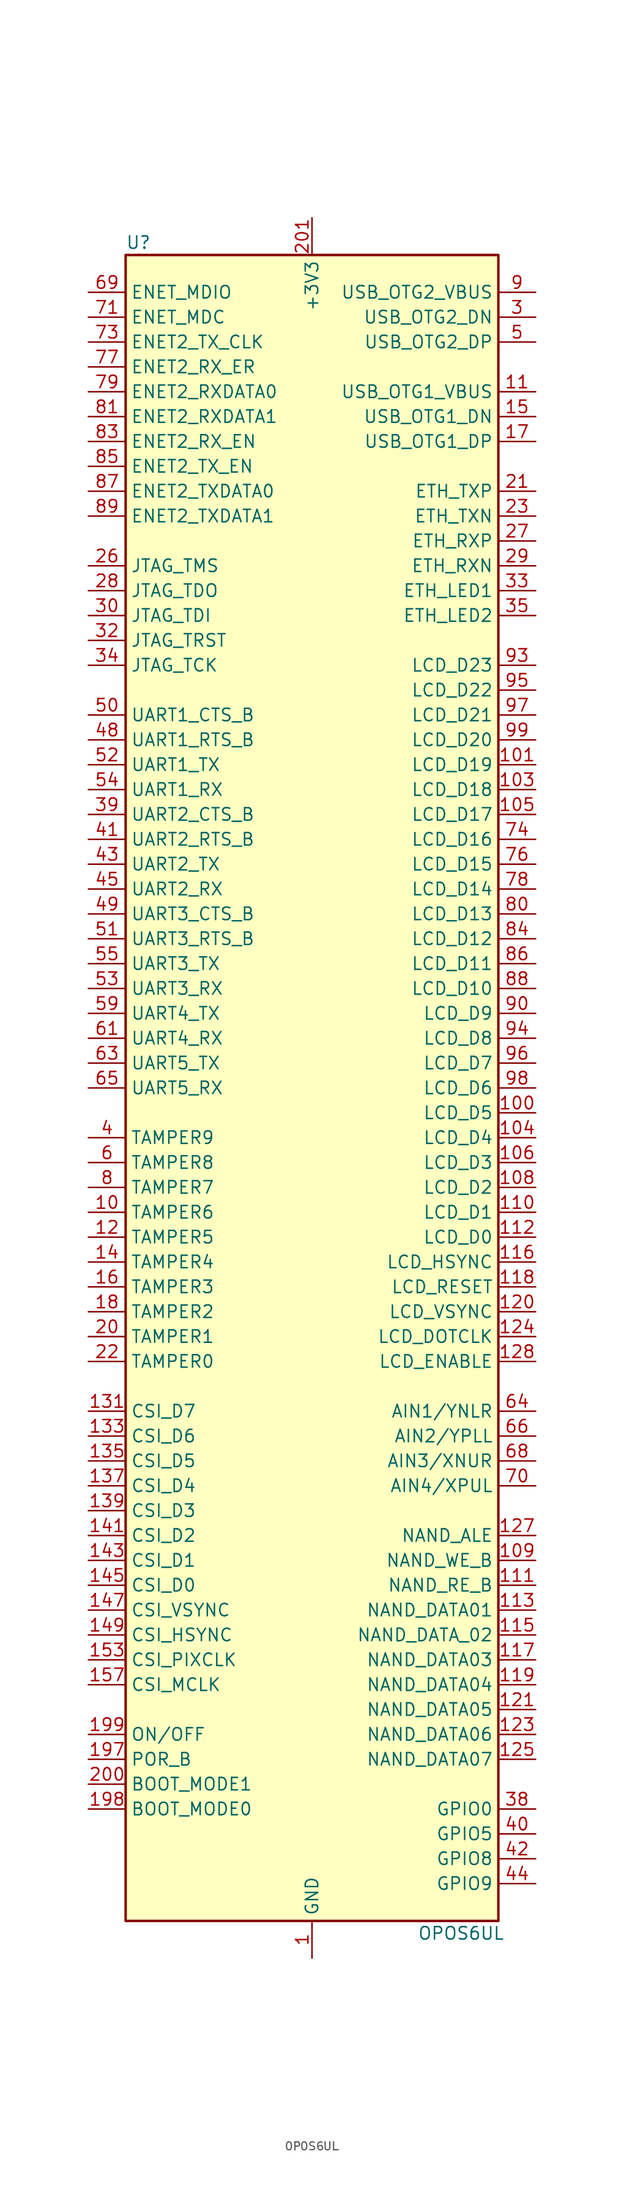
<source format=kicad_sym>
(kicad_symbol_lib
  (version 20220914)
  (generator kicad_symbol_editor)
  (symbol "OPOS6UL"
    (property "Reference" "U"
      (at -19.05 86.36 0)
      (effects (font (size 1.27 1.27)) (justify left)))
    (property "Value" "OPOS6UL"
      (at 15.24 -86.36 0)
      (effects (font (size 1.27 1.27))))
    (symbol "OPOS6UL_1_1"
      (rectangle (start -19.05 85.09) (end 19.05 -85.09) (stroke (width 0.254) (type default)) (fill (type background)))
      (pin power_in line (at 0 -88.9 90) (length 3.81) (name "GND" (effects (font (size 1.27 1.27)))) (number "1" (effects (font (size 1.27 1.27)))))
      (pin bidirectional line (at -22.86 -12.7 0) (length 3.81) (name "TAMPER6" (effects (font (size 1.27 1.27)))) (number "10" (effects (font (size 1.27 1.27)))))
      (pin bidirectional line (at 22.86 -2.54 180) (length 3.81) (name "LCD_D5" (effects (font (size 1.27 1.27)))) (number "100" (effects (font (size 1.27 1.27)))))
      (pin bidirectional line (at 22.86 33.02 180) (length 3.81) (name "LCD_D19" (effects (font (size 1.27 1.27)))) (number "101" (effects (font (size 1.27 1.27)))))
      (pin passive line (at 0 -88.9 90) (length 3.81) hide (name "GND" (effects (font (size 1.27 1.27)))) (number "102" (effects (font (size 1.27 1.27)))))
      (pin bidirectional line (at 22.86 30.48 180) (length 3.81) (name "LCD_D18" (effects (font (size 1.27 1.27)))) (number "103" (effects (font (size 1.27 1.27)))))
      (pin bidirectional line (at 22.86 -5.08 180) (length 3.81) (name "LCD_D4" (effects (font (size 1.27 1.27)))) (number "104" (effects (font (size 1.27 1.27)))))
      (pin bidirectional line (at 22.86 27.94 180) (length 3.81) (name "LCD_D17" (effects (font (size 1.27 1.27)))) (number "105" (effects (font (size 1.27 1.27)))))
      (pin bidirectional line (at 22.86 -7.62 180) (length 3.81) (name "LCD_D3" (effects (font (size 1.27 1.27)))) (number "106" (effects (font (size 1.27 1.27)))))
      (pin passive line (at 0 -88.9 90) (length 3.81) hide (name "GND" (effects (font (size 1.27 1.27)))) (number "107" (effects (font (size 1.27 1.27)))))
      (pin bidirectional line (at 22.86 -10.16 180) (length 3.81) (name "LCD_D2" (effects (font (size 1.27 1.27)))) (number "108" (effects (font (size 1.27 1.27)))))
      (pin bidirectional line (at 22.86 -48.26 180) (length 3.81) (name "NAND_WE_B" (effects (font (size 1.27 1.27)))) (number "109" (effects (font (size 1.27 1.27)))))
      (pin power_in line (at 22.86 71.12 180) (length 3.81) (name "USB_OTG1_VBUS" (effects (font (size 1.27 1.27)))) (number "11" (effects (font (size 1.27 1.27)))))
      (pin bidirectional line (at 22.86 -12.7 180) (length 3.81) (name "LCD_D1" (effects (font (size 1.27 1.27)))) (number "110" (effects (font (size 1.27 1.27)))))
      (pin bidirectional line (at 22.86 -50.8 180) (length 3.81) (name "NAND_RE_B" (effects (font (size 1.27 1.27)))) (number "111" (effects (font (size 1.27 1.27)))))
      (pin bidirectional line (at 22.86 -15.24 180) (length 3.81) (name "LCD_D0" (effects (font (size 1.27 1.27)))) (number "112" (effects (font (size 1.27 1.27)))))
      (pin bidirectional line (at 22.86 -53.34 180) (length 3.81) (name "NAND_DATA01" (effects (font (size 1.27 1.27)))) (number "113" (effects (font (size 1.27 1.27)))))
      (pin passive line (at 0 -88.9 90) (length 3.81) hide (name "GND" (effects (font (size 1.27 1.27)))) (number "114" (effects (font (size 1.27 1.27)))))
      (pin bidirectional line (at 22.86 -55.88 180) (length 3.81) (name "NAND_DATA_02" (effects (font (size 1.27 1.27)))) (number "115" (effects (font (size 1.27 1.27)))))
      (pin bidirectional line (at 22.86 -17.78 180) (length 3.81) (name "LCD_HSYNC" (effects (font (size 1.27 1.27)))) (number "116" (effects (font (size 1.27 1.27)))))
      (pin bidirectional line (at 22.86 -58.42 180) (length 3.81) (name "NAND_DATA03" (effects (font (size 1.27 1.27)))) (number "117" (effects (font (size 1.27 1.27)))))
      (pin bidirectional line (at 22.86 -20.32 180) (length 3.81) (name "LCD_RESET" (effects (font (size 1.27 1.27)))) (number "118" (effects (font (size 1.27 1.27)))))
      (pin bidirectional line (at 22.86 -60.96 180) (length 3.81) (name "NAND_DATA04" (effects (font (size 1.27 1.27)))) (number "119" (effects (font (size 1.27 1.27)))))
      (pin bidirectional line (at -22.86 -15.24 0) (length 3.81) (name "TAMPER5" (effects (font (size 1.27 1.27)))) (number "12" (effects (font (size 1.27 1.27)))))
      (pin bidirectional line (at 22.86 -22.86 180) (length 3.81) (name "LCD_VSYNC" (effects (font (size 1.27 1.27)))) (number "120" (effects (font (size 1.27 1.27)))))
      (pin bidirectional line (at 22.86 -63.5 180) (length 3.81) (name "NAND_DATA05" (effects (font (size 1.27 1.27)))) (number "121" (effects (font (size 1.27 1.27)))))
      (pin passive line (at 0 -88.9 90) (length 3.81) hide (name "GND" (effects (font (size 1.27 1.27)))) (number "122" (effects (font (size 1.27 1.27)))))
      (pin bidirectional line (at 22.86 -66.04 180) (length 3.81) (name "NAND_DATA06" (effects (font (size 1.27 1.27)))) (number "123" (effects (font (size 1.27 1.27)))))
      (pin bidirectional line (at 22.86 -25.4 180) (length 3.81) (name "LCD_DOTCLK" (effects (font (size 1.27 1.27)))) (number "124" (effects (font (size 1.27 1.27)))))
      (pin bidirectional line (at 22.86 -68.58 180) (length 3.81) (name "NAND_DATA07" (effects (font (size 1.27 1.27)))) (number "125" (effects (font (size 1.27 1.27)))))
      (pin passive line (at 0 -88.9 90) (length 3.81) hide (name "GND" (effects (font (size 1.27 1.27)))) (number "126" (effects (font (size 1.27 1.27)))))
      (pin bidirectional line (at 22.86 -45.72 180) (length 3.81) (name "NAND_ALE" (effects (font (size 1.27 1.27)))) (number "127" (effects (font (size 1.27 1.27)))))
      (pin bidirectional line (at 22.86 -27.94 180) (length 3.81) (name "LCD_ENABLE" (effects (font (size 1.27 1.27)))) (number "128" (effects (font (size 1.27 1.27)))))
      (pin passive line (at 0 -88.9 90) (length 3.81) hide (name "GND" (effects (font (size 1.27 1.27)))) (number "129" (effects (font (size 1.27 1.27)))))
      (pin passive line (at 0 -88.9 90) (length 3.81) hide (name "GND" (effects (font (size 1.27 1.27)))) (number "13" (effects (font (size 1.27 1.27)))))
      (pin no_connect line (at 0 17.78 0) (length 3.81) hide (name "NC" (effects (font (size 1.27 1.27)))) (number "130" (effects (font (size 1.27 1.27)))))
      (pin bidirectional line (at -22.86 -33.02 0) (length 3.81) (name "CSI_D7" (effects (font (size 1.27 1.27)))) (number "131" (effects (font (size 1.27 1.27)))))
      (pin no_connect line (at 0 15.24 0) (length 3.81) hide (name "NC" (effects (font (size 1.27 1.27)))) (number "132" (effects (font (size 1.27 1.27)))))
      (pin bidirectional line (at -22.86 -35.56 0) (length 3.81) (name "CSI_D6" (effects (font (size 1.27 1.27)))) (number "133" (effects (font (size 1.27 1.27)))))
      (pin no_connect line (at 0 12.7 0) (length 3.81) hide (name "NC" (effects (font (size 1.27 1.27)))) (number "134" (effects (font (size 1.27 1.27)))))
      (pin bidirectional line (at -22.86 -38.1 0) (length 3.81) (name "CSI_D5" (effects (font (size 1.27 1.27)))) (number "135" (effects (font (size 1.27 1.27)))))
      (pin no_connect line (at 0 10.16 0) (length 3.81) hide (name "NC" (effects (font (size 1.27 1.27)))) (number "136" (effects (font (size 1.27 1.27)))))
      (pin bidirectional line (at -22.86 -40.64 0) (length 3.81) (name "CSI_D4" (effects (font (size 1.27 1.27)))) (number "137" (effects (font (size 1.27 1.27)))))
      (pin no_connect line (at 0 7.62 0) (length 3.81) hide (name "NC" (effects (font (size 1.27 1.27)))) (number "138" (effects (font (size 1.27 1.27)))))
      (pin bidirectional line (at -22.86 -43.18 0) (length 3.81) (name "CSI_D3" (effects (font (size 1.27 1.27)))) (number "139" (effects (font (size 1.27 1.27)))))
      (pin bidirectional line (at -22.86 -17.78 0) (length 3.81) (name "TAMPER4" (effects (font (size 1.27 1.27)))) (number "14" (effects (font (size 1.27 1.27)))))
      (pin no_connect line (at 0 5.08 0) (length 3.81) hide (name "NC" (effects (font (size 1.27 1.27)))) (number "140" (effects (font (size 1.27 1.27)))))
      (pin bidirectional line (at -22.86 -45.72 0) (length 3.81) (name "CSI_D2" (effects (font (size 1.27 1.27)))) (number "141" (effects (font (size 1.27 1.27)))))
      (pin no_connect line (at 0 2.54 0) (length 3.81) hide (name "NC" (effects (font (size 1.27 1.27)))) (number "142" (effects (font (size 1.27 1.27)))))
      (pin bidirectional line (at -22.86 -48.26 0) (length 3.81) (name "CSI_D1" (effects (font (size 1.27 1.27)))) (number "143" (effects (font (size 1.27 1.27)))))
      (pin no_connect line (at 0 0 0) (length 3.81) hide (name "NC" (effects (font (size 1.27 1.27)))) (number "144" (effects (font (size 1.27 1.27)))))
      (pin bidirectional line (at -22.86 -50.8 0) (length 3.81) (name "CSI_D0" (effects (font (size 1.27 1.27)))) (number "145" (effects (font (size 1.27 1.27)))))
      (pin no_connect line (at 0 -2.54 0) (length 3.81) hide (name "NC" (effects (font (size 1.27 1.27)))) (number "146" (effects (font (size 1.27 1.27)))))
      (pin bidirectional line (at -22.86 -53.34 0) (length 3.81) (name "CSI_VSYNC" (effects (font (size 1.27 1.27)))) (number "147" (effects (font (size 1.27 1.27)))))
      (pin no_connect line (at 0 -5.08 0) (length 3.81) hide (name "NC" (effects (font (size 1.27 1.27)))) (number "148" (effects (font (size 1.27 1.27)))))
      (pin bidirectional line (at -22.86 -55.88 0) (length 3.81) (name "CSI_HSYNC" (effects (font (size 1.27 1.27)))) (number "149" (effects (font (size 1.27 1.27)))))
      (pin bidirectional line (at 22.86 68.58 180) (length 3.81) (name "USB_OTG1_DN" (effects (font (size 1.27 1.27)))) (number "15" (effects (font (size 1.27 1.27)))))
      (pin no_connect line (at 0 -7.62 0) (length 3.81) hide (name "NC" (effects (font (size 1.27 1.27)))) (number "150" (effects (font (size 1.27 1.27)))))
      (pin passive line (at 0 -88.9 90) (length 3.81) hide (name "GND" (effects (font (size 1.27 1.27)))) (number "151" (effects (font (size 1.27 1.27)))))
      (pin no_connect line (at 0 -10.16 0) (length 3.81) hide (name "NC" (effects (font (size 1.27 1.27)))) (number "152" (effects (font (size 1.27 1.27)))))
      (pin bidirectional line (at -22.86 -58.42 0) (length 3.81) (name "CSI_PIXCLK" (effects (font (size 1.27 1.27)))) (number "153" (effects (font (size 1.27 1.27)))))
      (pin no_connect line (at 0 -12.7 0) (length 3.81) hide (name "NC" (effects (font (size 1.27 1.27)))) (number "154" (effects (font (size 1.27 1.27)))))
      (pin passive line (at 0 -88.9 90) (length 3.81) hide (name "GND" (effects (font (size 1.27 1.27)))) (number "155" (effects (font (size 1.27 1.27)))))
      (pin no_connect line (at 0 -15.24 0) (length 3.81) hide (name "NC" (effects (font (size 1.27 1.27)))) (number "156" (effects (font (size 1.27 1.27)))))
      (pin bidirectional line (at -22.86 -60.96 0) (length 3.81) (name "CSI_MCLK" (effects (font (size 1.27 1.27)))) (number "157" (effects (font (size 1.27 1.27)))))
      (pin no_connect line (at 0 -17.78 0) (length 3.81) hide (name "NC" (effects (font (size 1.27 1.27)))) (number "158" (effects (font (size 1.27 1.27)))))
      (pin passive line (at 0 -88.9 90) (length 3.81) hide (name "GND" (effects (font (size 1.27 1.27)))) (number "159" (effects (font (size 1.27 1.27)))))
      (pin bidirectional line (at -22.86 -20.32 0) (length 3.81) (name "TAMPER3" (effects (font (size 1.27 1.27)))) (number "16" (effects (font (size 1.27 1.27)))))
      (pin no_connect line (at 0 -20.32 0) (length 3.81) hide (name "NC" (effects (font (size 1.27 1.27)))) (number "160" (effects (font (size 1.27 1.27)))))
      (pin no_connect line (at 0 68.58 0) (length 3.81) hide (name "NC" (effects (font (size 1.27 1.27)))) (number "161" (effects (font (size 1.27 1.27)))))
      (pin no_connect line (at 0 -22.86 0) (length 3.81) hide (name "NC" (effects (font (size 1.27 1.27)))) (number "162" (effects (font (size 1.27 1.27)))))
      (pin no_connect line (at 0 66.04 0) (length 3.81) hide (name "NC" (effects (font (size 1.27 1.27)))) (number "163" (effects (font (size 1.27 1.27)))))
      (pin no_connect line (at 0 -25.4 0) (length 3.81) hide (name "NC" (effects (font (size 1.27 1.27)))) (number "164" (effects (font (size 1.27 1.27)))))
      (pin no_connect line (at 0 63.5 0) (length 3.81) hide (name "NC" (effects (font (size 1.27 1.27)))) (number "165" (effects (font (size 1.27 1.27)))))
      (pin no_connect line (at 0 -27.94 0) (length 3.81) hide (name "NC" (effects (font (size 1.27 1.27)))) (number "166" (effects (font (size 1.27 1.27)))))
      (pin no_connect line (at 0 60.96 0) (length 3.81) hide (name "NC" (effects (font (size 1.27 1.27)))) (number "167" (effects (font (size 1.27 1.27)))))
      (pin no_connect line (at 0 -30.48 0) (length 3.81) hide (name "NC" (effects (font (size 1.27 1.27)))) (number "168" (effects (font (size 1.27 1.27)))))
      (pin no_connect line (at 0 58.42 0) (length 3.81) hide (name "NC" (effects (font (size 1.27 1.27)))) (number "169" (effects (font (size 1.27 1.27)))))
      (pin bidirectional line (at 22.86 66.04 180) (length 3.81) (name "USB_OTG1_DP" (effects (font (size 1.27 1.27)))) (number "17" (effects (font (size 1.27 1.27)))))
      (pin no_connect line (at 0 -33.02 0) (length 3.81) hide (name "NC" (effects (font (size 1.27 1.27)))) (number "170" (effects (font (size 1.27 1.27)))))
      (pin no_connect line (at 0 55.88 0) (length 3.81) hide (name "NC" (effects (font (size 1.27 1.27)))) (number "171" (effects (font (size 1.27 1.27)))))
      (pin no_connect line (at 0 -35.56 0) (length 3.81) hide (name "NC" (effects (font (size 1.27 1.27)))) (number "172" (effects (font (size 1.27 1.27)))))
      (pin no_connect line (at 0 53.34 0) (length 3.81) hide (name "NC" (effects (font (size 1.27 1.27)))) (number "173" (effects (font (size 1.27 1.27)))))
      (pin no_connect line (at 0 -38.1 0) (length 3.81) hide (name "NC" (effects (font (size 1.27 1.27)))) (number "174" (effects (font (size 1.27 1.27)))))
      (pin no_connect line (at 0 50.8 0) (length 3.81) hide (name "NC" (effects (font (size 1.27 1.27)))) (number "175" (effects (font (size 1.27 1.27)))))
      (pin no_connect line (at 0 -40.64 0) (length 3.81) hide (name "NC" (effects (font (size 1.27 1.27)))) (number "176" (effects (font (size 1.27 1.27)))))
      (pin no_connect line (at 0 48.26 0) (length 3.81) hide (name "NC" (effects (font (size 1.27 1.27)))) (number "177" (effects (font (size 1.27 1.27)))))
      (pin no_connect line (at 0 -43.18 0) (length 3.81) hide (name "NC" (effects (font (size 1.27 1.27)))) (number "178" (effects (font (size 1.27 1.27)))))
      (pin no_connect line (at 0 45.72 0) (length 3.81) hide (name "NC" (effects (font (size 1.27 1.27)))) (number "179" (effects (font (size 1.27 1.27)))))
      (pin bidirectional line (at -22.86 -22.86 0) (length 3.81) (name "TAMPER2" (effects (font (size 1.27 1.27)))) (number "18" (effects (font (size 1.27 1.27)))))
      (pin no_connect line (at 0 -45.72 0) (length 3.81) hide (name "NC" (effects (font (size 1.27 1.27)))) (number "180" (effects (font (size 1.27 1.27)))))
      (pin no_connect line (at 0 43.18 0) (length 3.81) hide (name "NC" (effects (font (size 1.27 1.27)))) (number "181" (effects (font (size 1.27 1.27)))))
      (pin no_connect line (at 0 -48.26 0) (length 3.81) hide (name "NC" (effects (font (size 1.27 1.27)))) (number "182" (effects (font (size 1.27 1.27)))))
      (pin no_connect line (at 0 40.64 0) (length 3.81) hide (name "NC" (effects (font (size 1.27 1.27)))) (number "183" (effects (font (size 1.27 1.27)))))
      (pin no_connect line (at 0 -50.8 0) (length 3.81) hide (name "NC" (effects (font (size 1.27 1.27)))) (number "184" (effects (font (size 1.27 1.27)))))
      (pin no_connect line (at 0 38.1 0) (length 3.81) hide (name "NC" (effects (font (size 1.27 1.27)))) (number "185" (effects (font (size 1.27 1.27)))))
      (pin no_connect line (at 0 -53.34 0) (length 3.81) hide (name "NC" (effects (font (size 1.27 1.27)))) (number "186" (effects (font (size 1.27 1.27)))))
      (pin no_connect line (at 0 35.56 0) (length 3.81) hide (name "NC" (effects (font (size 1.27 1.27)))) (number "187" (effects (font (size 1.27 1.27)))))
      (pin no_connect line (at 0 -55.88 0) (length 3.81) hide (name "NC" (effects (font (size 1.27 1.27)))) (number "188" (effects (font (size 1.27 1.27)))))
      (pin no_connect line (at 0 33.02 0) (length 3.81) hide (name "NC" (effects (font (size 1.27 1.27)))) (number "189" (effects (font (size 1.27 1.27)))))
      (pin passive line (at 0 -88.9 90) (length 3.81) hide (name "GND" (effects (font (size 1.27 1.27)))) (number "19" (effects (font (size 1.27 1.27)))))
      (pin no_connect line (at 0 -58.42 0) (length 3.81) hide (name "NC" (effects (font (size 1.27 1.27)))) (number "190" (effects (font (size 1.27 1.27)))))
      (pin no_connect line (at 0 30.48 0) (length 3.81) hide (name "NC" (effects (font (size 1.27 1.27)))) (number "191" (effects (font (size 1.27 1.27)))))
      (pin no_connect line (at 0 -60.96 0) (length 3.81) hide (name "NC" (effects (font (size 1.27 1.27)))) (number "192" (effects (font (size 1.27 1.27)))))
      (pin no_connect line (at 0 27.94 0) (length 3.81) hide (name "NC" (effects (font (size 1.27 1.27)))) (number "193" (effects (font (size 1.27 1.27)))))
      (pin no_connect line (at 0 -63.5 0) (length 3.81) hide (name "NC" (effects (font (size 1.27 1.27)))) (number "194" (effects (font (size 1.27 1.27)))))
      (pin no_connect line (at 0 25.4 0) (length 3.81) hide (name "NC" (effects (font (size 1.27 1.27)))) (number "195" (effects (font (size 1.27 1.27)))))
      (pin no_connect line (at 0 -66.04 0) (length 3.81) hide (name "NC" (effects (font (size 1.27 1.27)))) (number "196" (effects (font (size 1.27 1.27)))))
      (pin input line (at -22.86 -68.58 0) (length 3.81) (name "POR_B" (effects (font (size 1.27 1.27)))) (number "197" (effects (font (size 1.27 1.27)))))
      (pin input line (at -22.86 -73.66 0) (length 3.81) (name "BOOT_MODE0" (effects (font (size 1.27 1.27)))) (number "198" (effects (font (size 1.27 1.27)))))
      (pin input line (at -22.86 -66.04 0) (length 3.81) (name "ON/OFF" (effects (font (size 1.27 1.27)))) (number "199" (effects (font (size 1.27 1.27)))))
      (pin passive line (at 0 -88.9 90) (length 3.81) hide (name "GND" (effects (font (size 1.27 1.27)))) (number "2" (effects (font (size 1.27 1.27)))))
      (pin bidirectional line (at -22.86 -25.4 0) (length 3.81) (name "TAMPER1" (effects (font (size 1.27 1.27)))) (number "20" (effects (font (size 1.27 1.27)))))
      (pin input line (at -22.86 -71.12 0) (length 3.81) (name "BOOT_MODE1" (effects (font (size 1.27 1.27)))) (number "200" (effects (font (size 1.27 1.27)))))
      (pin power_in line (at 0 88.9 270) (length 3.81) (name "+3V3" (effects (font (size 1.27 1.27)))) (number "201" (effects (font (size 1.27 1.27)))))
      (pin passive line (at 0 88.9 270) (length 3.81) hide (name "+3V3" (effects (font (size 1.27 1.27)))) (number "202" (effects (font (size 1.27 1.27)))))
      (pin passive line (at 0 88.9 270) (length 3.81) hide (name "+3V3" (effects (font (size 1.27 1.27)))) (number "203" (effects (font (size 1.27 1.27)))))
      (pin passive line (at 0 88.9 270) (length 3.81) hide (name "+3V3" (effects (font (size 1.27 1.27)))) (number "204" (effects (font (size 1.27 1.27)))))
      (pin bidirectional line (at 22.86 60.96 180) (length 3.81) (name "ETH_TXP" (effects (font (size 1.27 1.27)))) (number "21" (effects (font (size 1.27 1.27)))))
      (pin bidirectional line (at -22.86 -27.94 0) (length 3.81) (name "TAMPER0" (effects (font (size 1.27 1.27)))) (number "22" (effects (font (size 1.27 1.27)))))
      (pin bidirectional line (at 22.86 58.42 180) (length 3.81) (name "ETH_TXN" (effects (font (size 1.27 1.27)))) (number "23" (effects (font (size 1.27 1.27)))))
      (pin passive line (at 0 -88.9 90) (length 3.81) hide (name "GND" (effects (font (size 1.27 1.27)))) (number "24" (effects (font (size 1.27 1.27)))))
      (pin passive line (at 0 -88.9 90) (length 3.81) hide (name "GND" (effects (font (size 1.27 1.27)))) (number "25" (effects (font (size 1.27 1.27)))))
      (pin bidirectional line (at -22.86 53.34 0) (length 3.81) (name "JTAG_TMS" (effects (font (size 1.27 1.27)))) (number "26" (effects (font (size 1.27 1.27)))))
      (pin bidirectional line (at 22.86 55.88 180) (length 3.81) (name "ETH_RXP" (effects (font (size 1.27 1.27)))) (number "27" (effects (font (size 1.27 1.27)))))
      (pin bidirectional line (at -22.86 50.8 0) (length 3.81) (name "JTAG_TDO" (effects (font (size 1.27 1.27)))) (number "28" (effects (font (size 1.27 1.27)))))
      (pin bidirectional line (at 22.86 53.34 180) (length 3.81) (name "ETH_RXN" (effects (font (size 1.27 1.27)))) (number "29" (effects (font (size 1.27 1.27)))))
      (pin bidirectional line (at 22.86 78.74 180) (length 3.81) (name "USB_OTG2_DN" (effects (font (size 1.27 1.27)))) (number "3" (effects (font (size 1.27 1.27)))))
      (pin bidirectional line (at -22.86 48.26 0) (length 3.81) (name "JTAG_TDI" (effects (font (size 1.27 1.27)))) (number "30" (effects (font (size 1.27 1.27)))))
      (pin passive line (at 0 -88.9 90) (length 3.81) hide (name "GND" (effects (font (size 1.27 1.27)))) (number "31" (effects (font (size 1.27 1.27)))))
      (pin bidirectional line (at -22.86 45.72 0) (length 3.81) (name "JTAG_TRST" (effects (font (size 1.27 1.27)))) (number "32" (effects (font (size 1.27 1.27)))))
      (pin output line (at 22.86 50.8 180) (length 3.81) (name "ETH_LED1" (effects (font (size 1.27 1.27)))) (number "33" (effects (font (size 1.27 1.27)))))
      (pin bidirectional line (at -22.86 43.18 0) (length 3.81) (name "JTAG_TCK" (effects (font (size 1.27 1.27)))) (number "34" (effects (font (size 1.27 1.27)))))
      (pin output line (at 22.86 48.26 180) (length 3.81) (name "ETH_LED2" (effects (font (size 1.27 1.27)))) (number "35" (effects (font (size 1.27 1.27)))))
      (pin passive line (at 0 -88.9 90) (length 3.81) hide (name "GND" (effects (font (size 1.27 1.27)))) (number "36" (effects (font (size 1.27 1.27)))))
      (pin passive line (at 0 -88.9 90) (length 3.81) hide (name "GND" (effects (font (size 1.27 1.27)))) (number "37" (effects (font (size 1.27 1.27)))))
      (pin bidirectional line (at 22.86 -73.66 180) (length 3.81) (name "GPIO0" (effects (font (size 1.27 1.27)))) (number "38" (effects (font (size 1.27 1.27)))))
      (pin bidirectional line (at -22.86 27.94 0) (length 3.81) (name "UART2_CTS_B" (effects (font (size 1.27 1.27)))) (number "39" (effects (font (size 1.27 1.27)))))
      (pin bidirectional line (at -22.86 -5.08 0) (length 3.81) (name "TAMPER9" (effects (font (size 1.27 1.27)))) (number "4" (effects (font (size 1.27 1.27)))))
      (pin bidirectional line (at 22.86 -76.2 180) (length 3.81) (name "GPIO5" (effects (font (size 1.27 1.27)))) (number "40" (effects (font (size 1.27 1.27)))))
      (pin bidirectional line (at -22.86 25.4 0) (length 3.81) (name "UART2_RTS_B" (effects (font (size 1.27 1.27)))) (number "41" (effects (font (size 1.27 1.27)))))
      (pin bidirectional line (at 22.86 -78.74 180) (length 3.81) (name "GPIO8" (effects (font (size 1.27 1.27)))) (number "42" (effects (font (size 1.27 1.27)))))
      (pin bidirectional line (at -22.86 22.86 0) (length 3.81) (name "UART2_TX" (effects (font (size 1.27 1.27)))) (number "43" (effects (font (size 1.27 1.27)))))
      (pin bidirectional line (at 22.86 -81.28 180) (length 3.81) (name "GPIO9" (effects (font (size 1.27 1.27)))) (number "44" (effects (font (size 1.27 1.27)))))
      (pin bidirectional line (at -22.86 20.32 0) (length 3.81) (name "UART2_RX" (effects (font (size 1.27 1.27)))) (number "45" (effects (font (size 1.27 1.27)))))
      (pin passive line (at 0 -88.9 90) (length 3.81) hide (name "GND" (effects (font (size 1.27 1.27)))) (number "46" (effects (font (size 1.27 1.27)))))
      (pin passive line (at 0 -88.9 90) (length 3.81) hide (name "GND" (effects (font (size 1.27 1.27)))) (number "47" (effects (font (size 1.27 1.27)))))
      (pin bidirectional line (at -22.86 35.56 0) (length 3.81) (name "UART1_RTS_B" (effects (font (size 1.27 1.27)))) (number "48" (effects (font (size 1.27 1.27)))))
      (pin bidirectional line (at -22.86 17.78 0) (length 3.81) (name "UART3_CTS_B" (effects (font (size 1.27 1.27)))) (number "49" (effects (font (size 1.27 1.27)))))
      (pin bidirectional line (at 22.86 76.2 180) (length 3.81) (name "USB_OTG2_DP" (effects (font (size 1.27 1.27)))) (number "5" (effects (font (size 1.27 1.27)))))
      (pin bidirectional line (at -22.86 38.1 0) (length 3.81) (name "UART1_CTS_B" (effects (font (size 1.27 1.27)))) (number "50" (effects (font (size 1.27 1.27)))))
      (pin bidirectional line (at -22.86 15.24 0) (length 3.81) (name "UART3_RTS_B" (effects (font (size 1.27 1.27)))) (number "51" (effects (font (size 1.27 1.27)))))
      (pin bidirectional line (at -22.86 33.02 0) (length 3.81) (name "UART1_TX" (effects (font (size 1.27 1.27)))) (number "52" (effects (font (size 1.27 1.27)))))
      (pin bidirectional line (at -22.86 10.16 0) (length 3.81) (name "UART3_RX" (effects (font (size 1.27 1.27)))) (number "53" (effects (font (size 1.27 1.27)))))
      (pin bidirectional line (at -22.86 30.48 0) (length 3.81) (name "UART1_RX" (effects (font (size 1.27 1.27)))) (number "54" (effects (font (size 1.27 1.27)))))
      (pin bidirectional line (at -22.86 12.7 0) (length 3.81) (name "UART3_TX" (effects (font (size 1.27 1.27)))) (number "55" (effects (font (size 1.27 1.27)))))
      (pin passive line (at 0 -88.9 90) (length 3.81) hide (name "GND" (effects (font (size 1.27 1.27)))) (number "56" (effects (font (size 1.27 1.27)))))
      (pin passive line (at 0 -88.9 90) (length 3.81) hide (name "GND" (effects (font (size 1.27 1.27)))) (number "57" (effects (font (size 1.27 1.27)))))
      (pin no_connect line (at 0 22.86 0) (length 3.81) hide (name "NC" (effects (font (size 1.27 1.27)))) (number "58" (effects (font (size 1.27 1.27)))))
      (pin bidirectional line (at -22.86 7.62 0) (length 3.81) (name "UART4_TX" (effects (font (size 1.27 1.27)))) (number "59" (effects (font (size 1.27 1.27)))))
      (pin bidirectional line (at -22.86 -7.62 0) (length 3.81) (name "TAMPER8" (effects (font (size 1.27 1.27)))) (number "6" (effects (font (size 1.27 1.27)))))
      (pin no_connect line (at 0 20.32 0) (length 3.81) hide (name "NC" (effects (font (size 1.27 1.27)))) (number "60" (effects (font (size 1.27 1.27)))))
      (pin bidirectional line (at -22.86 5.08 0) (length 3.81) (name "UART4_RX" (effects (font (size 1.27 1.27)))) (number "61" (effects (font (size 1.27 1.27)))))
      (pin passive line (at 0 -88.9 90) (length 3.81) hide (name "GND" (effects (font (size 1.27 1.27)))) (number "62" (effects (font (size 1.27 1.27)))))
      (pin bidirectional line (at -22.86 2.54 0) (length 3.81) (name "UART5_TX" (effects (font (size 1.27 1.27)))) (number "63" (effects (font (size 1.27 1.27)))))
      (pin bidirectional line (at 22.86 -33.02 180) (length 3.81) (name "AIN1/YNLR" (effects (font (size 1.27 1.27)))) (number "64" (effects (font (size 1.27 1.27)))))
      (pin bidirectional line (at -22.86 0 0) (length 3.81) (name "UART5_RX" (effects (font (size 1.27 1.27)))) (number "65" (effects (font (size 1.27 1.27)))))
      (pin bidirectional line (at 22.86 -35.56 180) (length 3.81) (name "AIN2/YPLL" (effects (font (size 1.27 1.27)))) (number "66" (effects (font (size 1.27 1.27)))))
      (pin passive line (at 0 -88.9 90) (length 3.81) hide (name "GND" (effects (font (size 1.27 1.27)))) (number "67" (effects (font (size 1.27 1.27)))))
      (pin bidirectional line (at 22.86 -38.1 180) (length 3.81) (name "AIN3/XNUR" (effects (font (size 1.27 1.27)))) (number "68" (effects (font (size 1.27 1.27)))))
      (pin bidirectional line (at -22.86 81.28 0) (length 3.81) (name "ENET_MDIO" (effects (font (size 1.27 1.27)))) (number "69" (effects (font (size 1.27 1.27)))))
      (pin passive line (at 0 -88.9 90) (length 3.81) hide (name "GND" (effects (font (size 1.27 1.27)))) (number "7" (effects (font (size 1.27 1.27)))))
      (pin bidirectional line (at 22.86 -40.64 180) (length 3.81) (name "AIN4/XPUL" (effects (font (size 1.27 1.27)))) (number "70" (effects (font (size 1.27 1.27)))))
      (pin bidirectional line (at -22.86 78.74 0) (length 3.81) (name "ENET_MDC" (effects (font (size 1.27 1.27)))) (number "71" (effects (font (size 1.27 1.27)))))
      (pin passive line (at 0 -88.9 90) (length 3.81) hide (name "GND" (effects (font (size 1.27 1.27)))) (number "72" (effects (font (size 1.27 1.27)))))
      (pin bidirectional line (at -22.86 76.2 0) (length 3.81) (name "ENET2_TX_CLK" (effects (font (size 1.27 1.27)))) (number "73" (effects (font (size 1.27 1.27)))))
      (pin bidirectional line (at 22.86 25.4 180) (length 3.81) (name "LCD_D16" (effects (font (size 1.27 1.27)))) (number "74" (effects (font (size 1.27 1.27)))))
      (pin passive line (at 0 -88.9 90) (length 3.81) hide (name "GND" (effects (font (size 1.27 1.27)))) (number "75" (effects (font (size 1.27 1.27)))))
      (pin bidirectional line (at 22.86 22.86 180) (length 3.81) (name "LCD_D15" (effects (font (size 1.27 1.27)))) (number "76" (effects (font (size 1.27 1.27)))))
      (pin bidirectional line (at -22.86 73.66 0) (length 3.81) (name "ENET2_RX_ER" (effects (font (size 1.27 1.27)))) (number "77" (effects (font (size 1.27 1.27)))))
      (pin bidirectional line (at 22.86 20.32 180) (length 3.81) (name "LCD_D14" (effects (font (size 1.27 1.27)))) (number "78" (effects (font (size 1.27 1.27)))))
      (pin bidirectional line (at -22.86 71.12 0) (length 3.81) (name "ENET2_RXDATA0" (effects (font (size 1.27 1.27)))) (number "79" (effects (font (size 1.27 1.27)))))
      (pin bidirectional line (at -22.86 -10.16 0) (length 3.81) (name "TAMPER7" (effects (font (size 1.27 1.27)))) (number "8" (effects (font (size 1.27 1.27)))))
      (pin bidirectional line (at 22.86 17.78 180) (length 3.81) (name "LCD_D13" (effects (font (size 1.27 1.27)))) (number "80" (effects (font (size 1.27 1.27)))))
      (pin bidirectional line (at -22.86 68.58 0) (length 3.81) (name "ENET2_RXDATA1" (effects (font (size 1.27 1.27)))) (number "81" (effects (font (size 1.27 1.27)))))
      (pin passive line (at 0 -88.9 90) (length 3.81) hide (name "GND" (effects (font (size 1.27 1.27)))) (number "82" (effects (font (size 1.27 1.27)))))
      (pin bidirectional line (at -22.86 66.04 0) (length 3.81) (name "ENET2_RX_EN" (effects (font (size 1.27 1.27)))) (number "83" (effects (font (size 1.27 1.27)))))
      (pin bidirectional line (at 22.86 15.24 180) (length 3.81) (name "LCD_D12" (effects (font (size 1.27 1.27)))) (number "84" (effects (font (size 1.27 1.27)))))
      (pin bidirectional line (at -22.86 63.5 0) (length 3.81) (name "ENET2_TX_EN" (effects (font (size 1.27 1.27)))) (number "85" (effects (font (size 1.27 1.27)))))
      (pin bidirectional line (at 22.86 12.7 180) (length 3.81) (name "LCD_D11" (effects (font (size 1.27 1.27)))) (number "86" (effects (font (size 1.27 1.27)))))
      (pin bidirectional line (at -22.86 60.96 0) (length 3.81) (name "ENET2_TXDATA0" (effects (font (size 1.27 1.27)))) (number "87" (effects (font (size 1.27 1.27)))))
      (pin bidirectional line (at 22.86 10.16 180) (length 3.81) (name "LCD_D10" (effects (font (size 1.27 1.27)))) (number "88" (effects (font (size 1.27 1.27)))))
      (pin bidirectional line (at -22.86 58.42 0) (length 3.81) (name "ENET2_TXDATA1" (effects (font (size 1.27 1.27)))) (number "89" (effects (font (size 1.27 1.27)))))
      (pin power_in line (at 22.86 81.28 180) (length 3.81) (name "USB_OTG2_VBUS" (effects (font (size 1.27 1.27)))) (number "9" (effects (font (size 1.27 1.27)))))
      (pin bidirectional line (at 22.86 7.62 180) (length 3.81) (name "LCD_D9" (effects (font (size 1.27 1.27)))) (number "90" (effects (font (size 1.27 1.27)))))
      (pin passive line (at 0 -88.9 90) (length 3.81) hide (name "GND" (effects (font (size 1.27 1.27)))) (number "91" (effects (font (size 1.27 1.27)))))
      (pin passive line (at 0 -88.9 90) (length 3.81) hide (name "GND" (effects (font (size 1.27 1.27)))) (number "92" (effects (font (size 1.27 1.27)))))
      (pin bidirectional line (at 22.86 43.18 180) (length 3.81) (name "LCD_D23" (effects (font (size 1.27 1.27)))) (number "93" (effects (font (size 1.27 1.27)))))
      (pin bidirectional line (at 22.86 5.08 180) (length 3.81) (name "LCD_D8" (effects (font (size 1.27 1.27)))) (number "94" (effects (font (size 1.27 1.27)))))
      (pin bidirectional line (at 22.86 40.64 180) (length 3.81) (name "LCD_D22" (effects (font (size 1.27 1.27)))) (number "95" (effects (font (size 1.27 1.27)))))
      (pin bidirectional line (at 22.86 2.54 180) (length 3.81) (name "LCD_D7" (effects (font (size 1.27 1.27)))) (number "96" (effects (font (size 1.27 1.27)))))
      (pin bidirectional line (at 22.86 38.1 180) (length 3.81) (name "LCD_D21" (effects (font (size 1.27 1.27)))) (number "97" (effects (font (size 1.27 1.27)))))
      (pin bidirectional line (at 22.86 0 180) (length 3.81) (name "LCD_D6" (effects (font (size 1.27 1.27)))) (number "98" (effects (font (size 1.27 1.27)))))
      (pin bidirectional line (at 22.86 35.56 180) (length 3.81) (name "LCD_D20" (effects (font (size 1.27 1.27)))) (number "99" (effects (font (size 1.27 1.27))))))))
</source>
